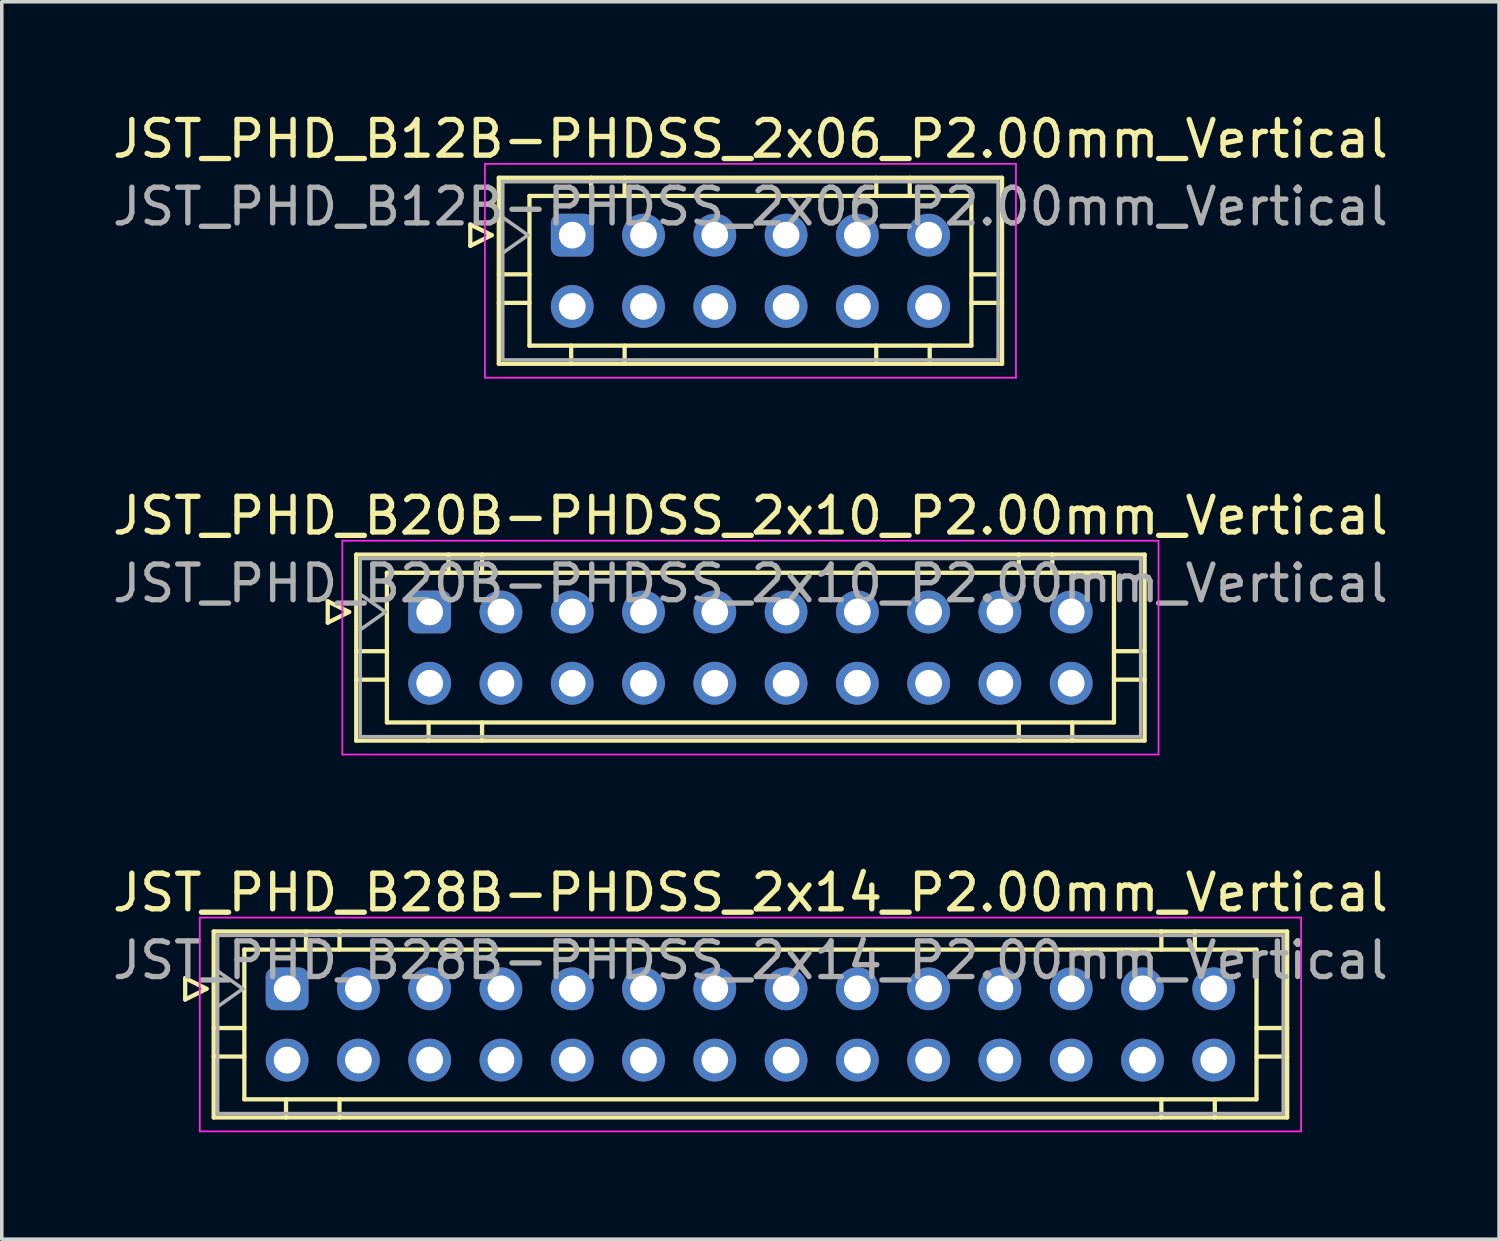
<source format=kicad_pcb>
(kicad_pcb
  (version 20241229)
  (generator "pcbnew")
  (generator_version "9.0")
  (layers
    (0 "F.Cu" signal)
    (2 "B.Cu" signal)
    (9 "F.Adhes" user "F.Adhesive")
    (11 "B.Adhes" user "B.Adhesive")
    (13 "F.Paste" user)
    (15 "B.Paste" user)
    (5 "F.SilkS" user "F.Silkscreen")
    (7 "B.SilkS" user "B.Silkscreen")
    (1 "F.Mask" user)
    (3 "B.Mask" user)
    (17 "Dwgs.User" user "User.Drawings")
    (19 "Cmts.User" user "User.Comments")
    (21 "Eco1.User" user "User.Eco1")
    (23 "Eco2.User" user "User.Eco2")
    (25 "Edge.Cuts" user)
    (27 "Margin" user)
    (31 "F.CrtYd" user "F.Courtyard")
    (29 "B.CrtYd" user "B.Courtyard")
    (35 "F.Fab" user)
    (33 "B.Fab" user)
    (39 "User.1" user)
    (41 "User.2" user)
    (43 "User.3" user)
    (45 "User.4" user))
  (footprint "JST_PHD_B12B-PHDSS_2x06_P2.00mm_Vertical"
    (layer "F.Cu")
    (at 13.006 3.548)
    (property "Reference" "JST_PHD_B12B-PHDSS_2x06_P2.00mm_Vertical" (at 5 -2.7 0) (layer "F.SilkS") (effects (font (size 1 1) (thickness 0.15))))
    (attr through_hole)
    (fp_line (start -2.86 -0.3) (end -2.26 0) (stroke (width 0.12) (type solid)) (layer "F.SilkS"))
    (fp_line (start -2.86 0.3) (end -2.86 -0.3) (stroke (width 0.12) (type solid)) (layer "F.SilkS"))
    (fp_line (start -2.26 0) (end -2.86 0.3) (stroke (width 0.12) (type solid)) (layer "F.SilkS"))
    (fp_line (start -2.06 -1.61) (end -2.06 3.61) (stroke (width 0.12) (type solid)) (layer "F.SilkS"))
    (fp_line (start -2.06 1.1) (end -1.2 1.1) (stroke (width 0.12) (type solid)) (layer "F.SilkS"))
    (fp_line (start -2.06 1.9) (end -1.2 1.9) (stroke (width 0.12) (type solid)) (layer "F.SilkS"))
    (fp_line (start -2.06 3.61) (end 12.06 3.61) (stroke (width 0.12) (type solid)) (layer "F.SilkS"))
    (fp_line (start -1.2 -1.1) (end -1.2 3.1) (stroke (width 0.12) (type solid)) (layer "F.SilkS"))
    (fp_line (start -1.2 3.1) (end 11.2 3.1) (stroke (width 0.12) (type solid)) (layer "F.SilkS"))
    (fp_line (start -0.03 3.61) (end -0.03 3.1) (stroke (width 0.12) (type solid)) (layer "F.SilkS"))
    (fp_line (start 0.53 -1.61) (end 0.53 -1.1) (stroke (width 0.12) (type solid)) (layer "F.SilkS"))
    (fp_line (start 1.47 -1.61) (end 1.47 -1.1) (stroke (width 0.12) (type solid)) (layer "F.SilkS"))
    (fp_line (start 1.47 3.61) (end 1.47 3.1) (stroke (width 0.12) (type solid)) (layer "F.SilkS"))
    (fp_line (start 8.53 -1.61) (end 8.53 -1.1) (stroke (width 0.12) (type solid)) (layer "F.SilkS"))
    (fp_line (start 8.53 3.61) (end 8.53 3.1) (stroke (width 0.12) (type solid)) (layer "F.SilkS"))
    (fp_line (start 9.47 -1.61) (end 9.47 -1.1) (stroke (width 0.12) (type solid)) (layer "F.SilkS"))
    (fp_line (start 10.03 3.61) (end 10.03 3.1) (stroke (width 0.12) (type solid)) (layer "F.SilkS"))
    (fp_line (start 11.2 -1.1) (end -1.2 -1.1) (stroke (width 0.12) (type solid)) (layer "F.SilkS"))
    (fp_line (start 11.2 3.1) (end 11.2 -1.1) (stroke (width 0.12) (type solid)) (layer "F.SilkS"))
    (fp_line (start 12.06 -1.61) (end -2.06 -1.61) (stroke (width 0.12) (type solid)) (layer "F.SilkS"))
    (fp_line (start 12.06 1.1) (end 11.2 1.1) (stroke (width 0.12) (type solid)) (layer "F.SilkS"))
    (fp_line (start 12.06 1.9) (end 11.2 1.9) (stroke (width 0.12) (type solid)) (layer "F.SilkS"))
    (fp_line (start 12.06 3.61) (end 12.06 -1.61) (stroke (width 0.12) (type solid)) (layer "F.SilkS"))
    (fp_line (start -2.45 -2) (end -2.45 4) (stroke (width 0.05) (type solid)) (layer "F.CrtYd"))
    (fp_line (start -2.45 4) (end 12.45 4) (stroke (width 0.05) (type solid)) (layer "F.CrtYd"))
    (fp_line (start 12.45 -2) (end -2.45 -2) (stroke (width 0.05) (type solid)) (layer "F.CrtYd"))
    (fp_line (start 12.45 4) (end 12.45 -2) (stroke (width 0.05) (type solid)) (layer "F.CrtYd"))
    (fp_line (start -1.95 -1.5) (end -1.95 3.5) (stroke (width 0.1) (type solid)) (layer "F.Fab"))
    (fp_line (start -1.95 0.5) (end -1.243 0) (stroke (width 0.1) (type solid)) (layer "F.Fab"))
    (fp_line (start -1.95 3.5) (end 11.95 3.5) (stroke (width 0.1) (type solid)) (layer "F.Fab"))
    (fp_line (start -1.243 0) (end -1.95 -0.5) (stroke (width 0.1) (type solid)) (layer "F.Fab"))
    (fp_line (start 11.95 -1.5) (end -1.95 -1.5) (stroke (width 0.1) (type solid)) (layer "F.Fab"))
    (fp_line (start 11.95 3.5) (end 11.95 -1.5) (stroke (width 0.1) (type solid)) (layer "F.Fab"))
    (fp_text user "${REFERENCE}" (at 5 -0.8 0) (layer "F.Fab") (effects (font (size 1 1) (thickness 0.15))))
    (pad "1" thru_hole roundrect (at 0 0) (size 1.2 1.2) (drill 0.75) (layers "*.Cu" "*.Mask") (roundrect_rratio 0.208))
    (pad "2" thru_hole circle (at 0 2) (size 1.2 1.2) (drill 0.75) (layers "*.Cu" "*.Mask"))
    (pad "3" thru_hole circle (at 2 0) (size 1.2 1.2) (drill 0.75) (layers "*.Cu" "*.Mask"))
    (pad "4" thru_hole circle (at 2 2) (size 1.2 1.2) (drill 0.75) (layers "*.Cu" "*.Mask"))
    (pad "5" thru_hole circle (at 4 0) (size 1.2 1.2) (drill 0.75) (layers "*.Cu" "*.Mask"))
    (pad "6" thru_hole circle (at 4 2) (size 1.2 1.2) (drill 0.75) (layers "*.Cu" "*.Mask"))
    (pad "7" thru_hole circle (at 6 0) (size 1.2 1.2) (drill 0.75) (layers "*.Cu" "*.Mask"))
    (pad "8" thru_hole circle (at 6 2) (size 1.2 1.2) (drill 0.75) (layers "*.Cu" "*.Mask"))
    (pad "9" thru_hole circle (at 8 0) (size 1.2 1.2) (drill 0.75) (layers "*.Cu" "*.Mask"))
    (pad "10" thru_hole circle (at 8 2) (size 1.2 1.2) (drill 0.75) (layers "*.Cu" "*.Mask"))
    (pad "11" thru_hole circle (at 10 0) (size 1.2 1.2) (drill 0.75) (layers "*.Cu" "*.Mask"))
    (pad "12" thru_hole circle (at 10 2) (size 1.2 1.2) (drill 0.75) (layers "*.Cu" "*.Mask")))
  (footprint "JST_PHD_B28B-PHDSS_2x14_P2.00mm_Vertical"
    (layer "F.Cu")
    (at 5.006 24.695)
    (property "Reference" "JST_PHD_B28B-PHDSS_2x14_P2.00mm_Vertical" (at 13 -2.7 0) (layer "F.SilkS") (effects (font (size 1 1) (thickness 0.15))))
    (attr through_hole)
    (fp_line (start -2.86 -0.3) (end -2.26 0) (stroke (width 0.12) (type solid)) (layer "F.SilkS"))
    (fp_line (start -2.86 0.3) (end -2.86 -0.3) (stroke (width 0.12) (type solid)) (layer "F.SilkS"))
    (fp_line (start -2.26 0) (end -2.86 0.3) (stroke (width 0.12) (type solid)) (layer "F.SilkS"))
    (fp_line (start -2.06 -1.61) (end -2.06 3.61) (stroke (width 0.12) (type solid)) (layer "F.SilkS"))
    (fp_line (start -2.06 1.1) (end -1.2 1.1) (stroke (width 0.12) (type solid)) (layer "F.SilkS"))
    (fp_line (start -2.06 1.9) (end -1.2 1.9) (stroke (width 0.12) (type solid)) (layer "F.SilkS"))
    (fp_line (start -2.06 3.61) (end 28.06 3.61) (stroke (width 0.12) (type solid)) (layer "F.SilkS"))
    (fp_line (start -1.2 -1.1) (end -1.2 3.1) (stroke (width 0.12) (type solid)) (layer "F.SilkS"))
    (fp_line (start -1.2 3.1) (end 27.2 3.1) (stroke (width 0.12) (type solid)) (layer "F.SilkS"))
    (fp_line (start -0.03 3.61) (end -0.03 3.1) (stroke (width 0.12) (type solid)) (layer "F.SilkS"))
    (fp_line (start 0.53 -1.61) (end 0.53 -1.1) (stroke (width 0.12) (type solid)) (layer "F.SilkS"))
    (fp_line (start 1.47 -1.61) (end 1.47 -1.1) (stroke (width 0.12) (type solid)) (layer "F.SilkS"))
    (fp_line (start 1.47 3.61) (end 1.47 3.1) (stroke (width 0.12) (type solid)) (layer "F.SilkS"))
    (fp_line (start 24.53 -1.61) (end 24.53 -1.1) (stroke (width 0.12) (type solid)) (layer "F.SilkS"))
    (fp_line (start 24.53 3.61) (end 24.53 3.1) (stroke (width 0.12) (type solid)) (layer "F.SilkS"))
    (fp_line (start 25.47 -1.61) (end 25.47 -1.1) (stroke (width 0.12) (type solid)) (layer "F.SilkS"))
    (fp_line (start 26.03 3.61) (end 26.03 3.1) (stroke (width 0.12) (type solid)) (layer "F.SilkS"))
    (fp_line (start 27.2 -1.1) (end -1.2 -1.1) (stroke (width 0.12) (type solid)) (layer "F.SilkS"))
    (fp_line (start 27.2 3.1) (end 27.2 -1.1) (stroke (width 0.12) (type solid)) (layer "F.SilkS"))
    (fp_line (start 28.06 -1.61) (end -2.06 -1.61) (stroke (width 0.12) (type solid)) (layer "F.SilkS"))
    (fp_line (start 28.06 1.1) (end 27.2 1.1) (stroke (width 0.12) (type solid)) (layer "F.SilkS"))
    (fp_line (start 28.06 1.9) (end 27.2 1.9) (stroke (width 0.12) (type solid)) (layer "F.SilkS"))
    (fp_line (start 28.06 3.61) (end 28.06 -1.61) (stroke (width 0.12) (type solid)) (layer "F.SilkS"))
    (fp_line (start -2.45 -2) (end -2.45 4) (stroke (width 0.05) (type solid)) (layer "F.CrtYd"))
    (fp_line (start -2.45 4) (end 28.45 4) (stroke (width 0.05) (type solid)) (layer "F.CrtYd"))
    (fp_line (start 28.45 -2) (end -2.45 -2) (stroke (width 0.05) (type solid)) (layer "F.CrtYd"))
    (fp_line (start 28.45 4) (end 28.45 -2) (stroke (width 0.05) (type solid)) (layer "F.CrtYd"))
    (fp_line (start -1.95 -1.5) (end -1.95 3.5) (stroke (width 0.1) (type solid)) (layer "F.Fab"))
    (fp_line (start -1.95 0.5) (end -1.243 0) (stroke (width 0.1) (type solid)) (layer "F.Fab"))
    (fp_line (start -1.95 3.5) (end 27.95 3.5) (stroke (width 0.1) (type solid)) (layer "F.Fab"))
    (fp_line (start -1.243 0) (end -1.95 -0.5) (stroke (width 0.1) (type solid)) (layer "F.Fab"))
    (fp_line (start 27.95 -1.5) (end -1.95 -1.5) (stroke (width 0.1) (type solid)) (layer "F.Fab"))
    (fp_line (start 27.95 3.5) (end 27.95 -1.5) (stroke (width 0.1) (type solid)) (layer "F.Fab"))
    (fp_text user "${REFERENCE}" (at 13 -0.8 0) (layer "F.Fab") (effects (font (size 1 1) (thickness 0.15))))
    (pad "1" thru_hole roundrect (at 0 0) (size 1.2 1.2) (drill 0.75) (layers "*.Cu" "*.Mask") (roundrect_rratio 0.208))
    (pad "2" thru_hole circle (at 0 2) (size 1.2 1.2) (drill 0.75) (layers "*.Cu" "*.Mask"))
    (pad "3" thru_hole circle (at 2 0) (size 1.2 1.2) (drill 0.75) (layers "*.Cu" "*.Mask"))
    (pad "4" thru_hole circle (at 2 2) (size 1.2 1.2) (drill 0.75) (layers "*.Cu" "*.Mask"))
    (pad "5" thru_hole circle (at 4 0) (size 1.2 1.2) (drill 0.75) (layers "*.Cu" "*.Mask"))
    (pad "6" thru_hole circle (at 4 2) (size 1.2 1.2) (drill 0.75) (layers "*.Cu" "*.Mask"))
    (pad "7" thru_hole circle (at 6 0) (size 1.2 1.2) (drill 0.75) (layers "*.Cu" "*.Mask"))
    (pad "8" thru_hole circle (at 6 2) (size 1.2 1.2) (drill 0.75) (layers "*.Cu" "*.Mask"))
    (pad "9" thru_hole circle (at 8 0) (size 1.2 1.2) (drill 0.75) (layers "*.Cu" "*.Mask"))
    (pad "10" thru_hole circle (at 8 2) (size 1.2 1.2) (drill 0.75) (layers "*.Cu" "*.Mask"))
    (pad "11" thru_hole circle (at 10 0) (size 1.2 1.2) (drill 0.75) (layers "*.Cu" "*.Mask"))
    (pad "12" thru_hole circle (at 10 2) (size 1.2 1.2) (drill 0.75) (layers "*.Cu" "*.Mask"))
    (pad "13" thru_hole circle (at 12 0) (size 1.2 1.2) (drill 0.75) (layers "*.Cu" "*.Mask"))
    (pad "14" thru_hole circle (at 12 2) (size 1.2 1.2) (drill 0.75) (layers "*.Cu" "*.Mask"))
    (pad "15" thru_hole circle (at 14 0) (size 1.2 1.2) (drill 0.75) (layers "*.Cu" "*.Mask"))
    (pad "16" thru_hole circle (at 14 2) (size 1.2 1.2) (drill 0.75) (layers "*.Cu" "*.Mask"))
    (pad "17" thru_hole circle (at 16 0) (size 1.2 1.2) (drill 0.75) (layers "*.Cu" "*.Mask"))
    (pad "18" thru_hole circle (at 16 2) (size 1.2 1.2) (drill 0.75) (layers "*.Cu" "*.Mask"))
    (pad "19" thru_hole circle (at 18 0) (size 1.2 1.2) (drill 0.75) (layers "*.Cu" "*.Mask"))
    (pad "20" thru_hole circle (at 18 2) (size 1.2 1.2) (drill 0.75) (layers "*.Cu" "*.Mask"))
    (pad "21" thru_hole circle (at 20 0) (size 1.2 1.2) (drill 0.75) (layers "*.Cu" "*.Mask"))
    (pad "22" thru_hole circle (at 20 2) (size 1.2 1.2) (drill 0.75) (layers "*.Cu" "*.Mask"))
    (pad "23" thru_hole circle (at 22 0) (size 1.2 1.2) (drill 0.75) (layers "*.Cu" "*.Mask"))
    (pad "24" thru_hole circle (at 22 2) (size 1.2 1.2) (drill 0.75) (layers "*.Cu" "*.Mask"))
    (pad "25" thru_hole circle (at 24 0) (size 1.2 1.2) (drill 0.75) (layers "*.Cu" "*.Mask"))
    (pad "26" thru_hole circle (at 24 2) (size 1.2 1.2) (drill 0.75) (layers "*.Cu" "*.Mask"))
    (pad "27" thru_hole circle (at 26 0) (size 1.2 1.2) (drill 0.75) (layers "*.Cu" "*.Mask"))
    (pad "28" thru_hole circle (at 26 2) (size 1.2 1.2) (drill 0.75) (layers "*.Cu" "*.Mask")))
  (footprint "JST_PHD_B20B-PHDSS_2x10_P2.00mm_Vertical"
    (layer "F.Cu")
    (at 9.006 14.121)
    (property "Reference" "JST_PHD_B20B-PHDSS_2x10_P2.00mm_Vertical" (at 9 -2.7 0) (layer "F.SilkS") (effects (font (size 1 1) (thickness 0.15))))
    (attr through_hole)
    (fp_line (start -2.86 -0.3) (end -2.26 0) (stroke (width 0.12) (type solid)) (layer "F.SilkS"))
    (fp_line (start -2.86 0.3) (end -2.86 -0.3) (stroke (width 0.12) (type solid)) (layer "F.SilkS"))
    (fp_line (start -2.26 0) (end -2.86 0.3) (stroke (width 0.12) (type solid)) (layer "F.SilkS"))
    (fp_line (start -2.06 -1.61) (end -2.06 3.61) (stroke (width 0.12) (type solid)) (layer "F.SilkS"))
    (fp_line (start -2.06 1.1) (end -1.2 1.1) (stroke (width 0.12) (type solid)) (layer "F.SilkS"))
    (fp_line (start -2.06 1.9) (end -1.2 1.9) (stroke (width 0.12) (type solid)) (layer "F.SilkS"))
    (fp_line (start -2.06 3.61) (end 20.06 3.61) (stroke (width 0.12) (type solid)) (layer "F.SilkS"))
    (fp_line (start -1.2 -1.1) (end -1.2 3.1) (stroke (width 0.12) (type solid)) (layer "F.SilkS"))
    (fp_line (start -1.2 3.1) (end 19.2 3.1) (stroke (width 0.12) (type solid)) (layer "F.SilkS"))
    (fp_line (start -0.03 3.61) (end -0.03 3.1) (stroke (width 0.12) (type solid)) (layer "F.SilkS"))
    (fp_line (start 0.53 -1.61) (end 0.53 -1.1) (stroke (width 0.12) (type solid)) (layer "F.SilkS"))
    (fp_line (start 1.47 -1.61) (end 1.47 -1.1) (stroke (width 0.12) (type solid)) (layer "F.SilkS"))
    (fp_line (start 1.47 3.61) (end 1.47 3.1) (stroke (width 0.12) (type solid)) (layer "F.SilkS"))
    (fp_line (start 16.53 -1.61) (end 16.53 -1.1) (stroke (width 0.12) (type solid)) (layer "F.SilkS"))
    (fp_line (start 16.53 3.61) (end 16.53 3.1) (stroke (width 0.12) (type solid)) (layer "F.SilkS"))
    (fp_line (start 17.47 -1.61) (end 17.47 -1.1) (stroke (width 0.12) (type solid)) (layer "F.SilkS"))
    (fp_line (start 18.03 3.61) (end 18.03 3.1) (stroke (width 0.12) (type solid)) (layer "F.SilkS"))
    (fp_line (start 19.2 -1.1) (end -1.2 -1.1) (stroke (width 0.12) (type solid)) (layer "F.SilkS"))
    (fp_line (start 19.2 3.1) (end 19.2 -1.1) (stroke (width 0.12) (type solid)) (layer "F.SilkS"))
    (fp_line (start 20.06 -1.61) (end -2.06 -1.61) (stroke (width 0.12) (type solid)) (layer "F.SilkS"))
    (fp_line (start 20.06 1.1) (end 19.2 1.1) (stroke (width 0.12) (type solid)) (layer "F.SilkS"))
    (fp_line (start 20.06 1.9) (end 19.2 1.9) (stroke (width 0.12) (type solid)) (layer "F.SilkS"))
    (fp_line (start 20.06 3.61) (end 20.06 -1.61) (stroke (width 0.12) (type solid)) (layer "F.SilkS"))
    (fp_line (start -2.45 -2) (end -2.45 4) (stroke (width 0.05) (type solid)) (layer "F.CrtYd"))
    (fp_line (start -2.45 4) (end 20.45 4) (stroke (width 0.05) (type solid)) (layer "F.CrtYd"))
    (fp_line (start 20.45 -2) (end -2.45 -2) (stroke (width 0.05) (type solid)) (layer "F.CrtYd"))
    (fp_line (start 20.45 4) (end 20.45 -2) (stroke (width 0.05) (type solid)) (layer "F.CrtYd"))
    (fp_line (start -1.95 -1.5) (end -1.95 3.5) (stroke (width 0.1) (type solid)) (layer "F.Fab"))
    (fp_line (start -1.95 0.5) (end -1.243 0) (stroke (width 0.1) (type solid)) (layer "F.Fab"))
    (fp_line (start -1.95 3.5) (end 19.95 3.5) (stroke (width 0.1) (type solid)) (layer "F.Fab"))
    (fp_line (start -1.243 0) (end -1.95 -0.5) (stroke (width 0.1) (type solid)) (layer "F.Fab"))
    (fp_line (start 19.95 -1.5) (end -1.95 -1.5) (stroke (width 0.1) (type solid)) (layer "F.Fab"))
    (fp_line (start 19.95 3.5) (end 19.95 -1.5) (stroke (width 0.1) (type solid)) (layer "F.Fab"))
    (fp_text user "${REFERENCE}" (at 9 -0.8 0) (layer "F.Fab") (effects (font (size 1 1) (thickness 0.15))))
    (pad "1" thru_hole roundrect (at 0 0) (size 1.2 1.2) (drill 0.75) (layers "*.Cu" "*.Mask") (roundrect_rratio 0.208))
    (pad "2" thru_hole circle (at 0 2) (size 1.2 1.2) (drill 0.75) (layers "*.Cu" "*.Mask"))
    (pad "3" thru_hole circle (at 2 0) (size 1.2 1.2) (drill 0.75) (layers "*.Cu" "*.Mask"))
    (pad "4" thru_hole circle (at 2 2) (size 1.2 1.2) (drill 0.75) (layers "*.Cu" "*.Mask"))
    (pad "5" thru_hole circle (at 4 0) (size 1.2 1.2) (drill 0.75) (layers "*.Cu" "*.Mask"))
    (pad "6" thru_hole circle (at 4 2) (size 1.2 1.2) (drill 0.75) (layers "*.Cu" "*.Mask"))
    (pad "7" thru_hole circle (at 6 0) (size 1.2 1.2) (drill 0.75) (layers "*.Cu" "*.Mask"))
    (pad "8" thru_hole circle (at 6 2) (size 1.2 1.2) (drill 0.75) (layers "*.Cu" "*.Mask"))
    (pad "9" thru_hole circle (at 8 0) (size 1.2 1.2) (drill 0.75) (layers "*.Cu" "*.Mask"))
    (pad "10" thru_hole circle (at 8 2) (size 1.2 1.2) (drill 0.75) (layers "*.Cu" "*.Mask"))
    (pad "11" thru_hole circle (at 10 0) (size 1.2 1.2) (drill 0.75) (layers "*.Cu" "*.Mask"))
    (pad "12" thru_hole circle (at 10 2) (size 1.2 1.2) (drill 0.75) (layers "*.Cu" "*.Mask"))
    (pad "13" thru_hole circle (at 12 0) (size 1.2 1.2) (drill 0.75) (layers "*.Cu" "*.Mask"))
    (pad "14" thru_hole circle (at 12 2) (size 1.2 1.2) (drill 0.75) (layers "*.Cu" "*.Mask"))
    (pad "15" thru_hole circle (at 14 0) (size 1.2 1.2) (drill 0.75) (layers "*.Cu" "*.Mask"))
    (pad "16" thru_hole circle (at 14 2) (size 1.2 1.2) (drill 0.75) (layers "*.Cu" "*.Mask"))
    (pad "17" thru_hole circle (at 16 0) (size 1.2 1.2) (drill 0.75) (layers "*.Cu" "*.Mask"))
    (pad "18" thru_hole circle (at 16 2) (size 1.2 1.2) (drill 0.75) (layers "*.Cu" "*.Mask"))
    (pad "19" thru_hole circle (at 18 0) (size 1.2 1.2) (drill 0.75) (layers "*.Cu" "*.Mask"))
    (pad "20" thru_hole circle (at 18 2) (size 1.2 1.2) (drill 0.75) (layers "*.Cu" "*.Mask")))
  (gr_rect
    (start -3 -3)
    (end 39.012 31.72)
    (stroke (width 0.1) (type default))
    (fill no)
    (layer "Edge.Cuts")))
</source>
